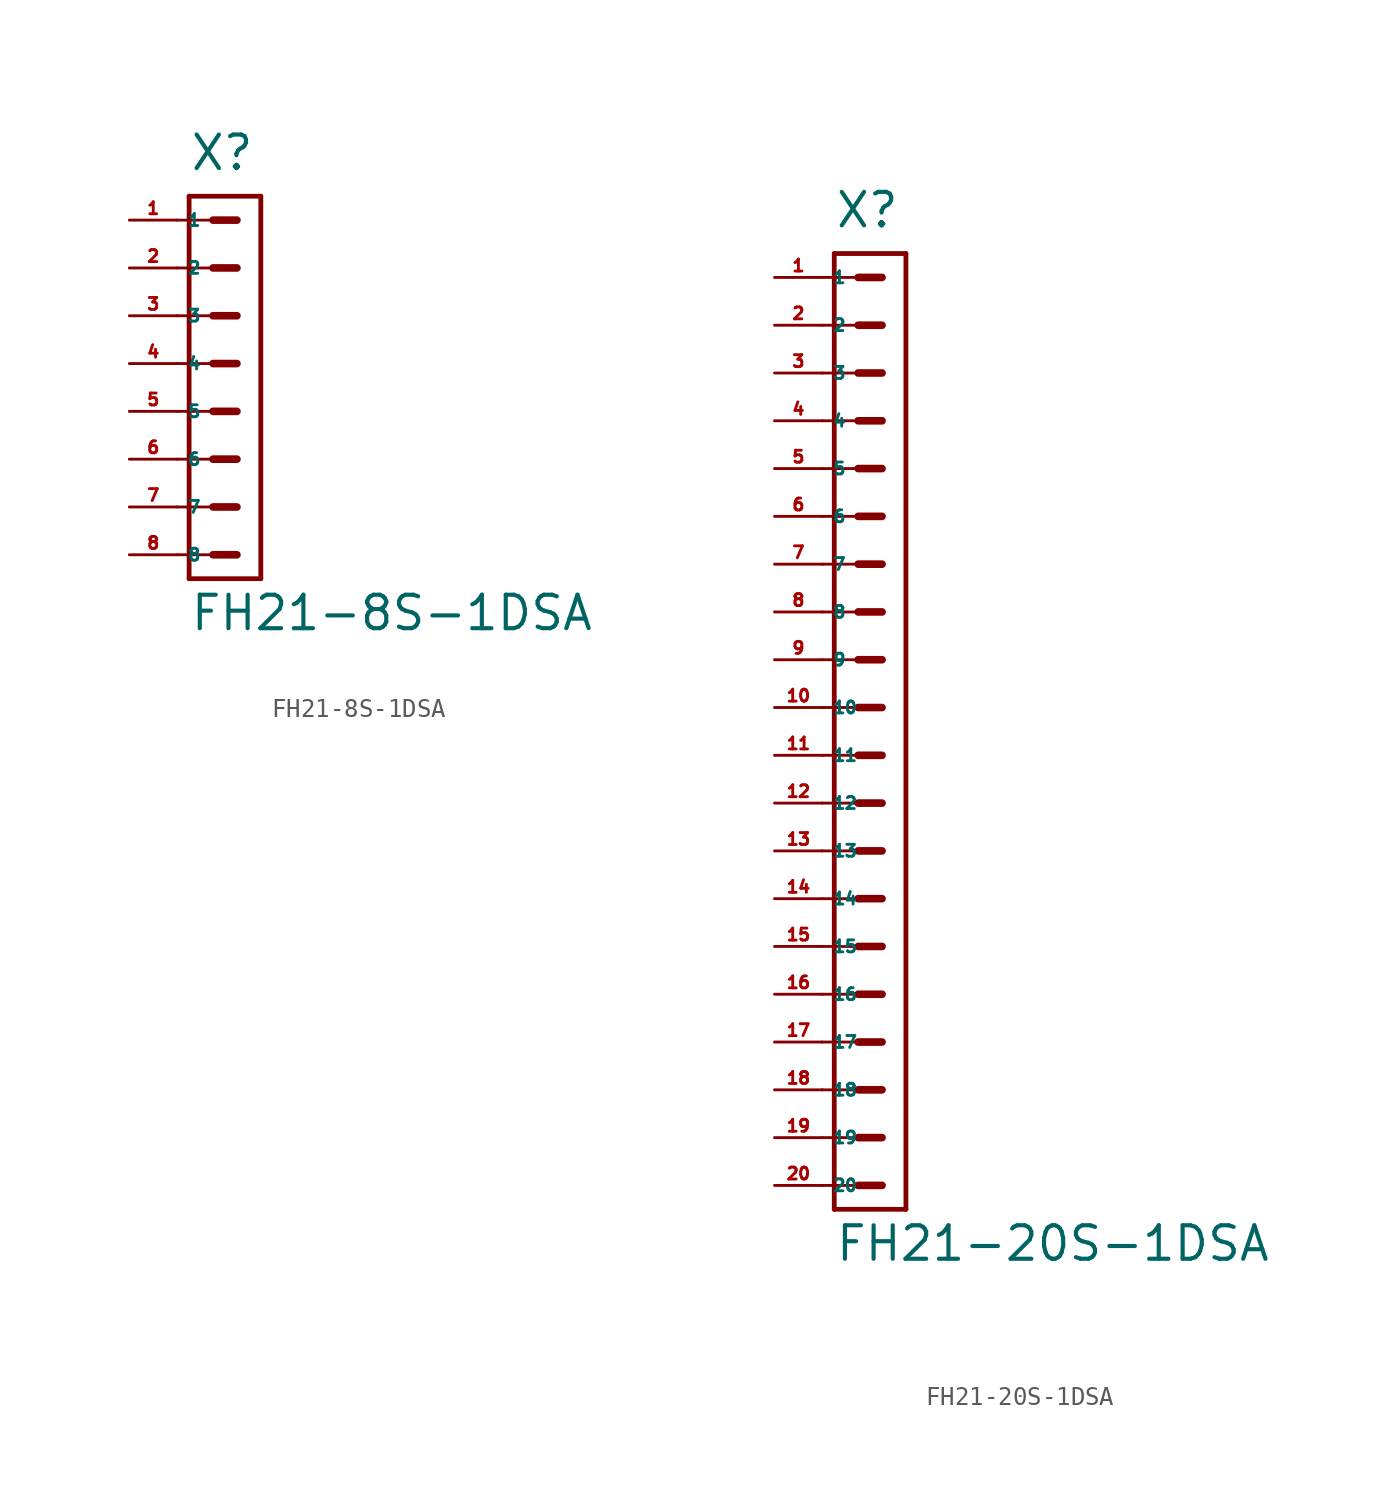
<source format=kicad_sym>
(kicad_symbol_lib
  (version 20220914)
  (generator Eagle2Kicad)
  (symbol "FH21-8S-1DSA"
    (property "Reference" "X"
      (at -1.905 12.7 0)
      (effects (font (size 1.778 1.778) (thickness 0.22)) (justify left bottom)))
    (property "Value" "FH21-8S-1DSA"
      (at -1.905 -11.748 0)
      (effects (font (size 1.778 1.778) (thickness 0.22)) (justify left bottom)))
    (polyline
      (pts (xy 1.905 11.43) (xy -1.905 11.43))
      (stroke (width 0.254) (type default))
      (fill (type none)))
    (polyline
      (pts (xy -1.905 -8.89) (xy -1.905 11.43))
      (stroke (width 0.254) (type default))
      (fill (type none)))
    (polyline
      (pts (xy -1.905 -8.89) (xy 1.905 -8.89))
      (stroke (width 0.254) (type default))
      (fill (type none)))
    (polyline
      (pts (xy 1.905 11.43) (xy 1.905 -8.89))
      (stroke (width 0.254) (type default))
      (fill (type none)))
    (polyline
      (pts (xy -2.54 10.16) (xy -0.635 10.16))
      (stroke (width 0.152) (type default))
      (fill (type none)))
    (polyline
      (pts (xy -2.54 7.62) (xy -0.635 7.62))
      (stroke (width 0.152) (type default))
      (fill (type none)))
    (polyline
      (pts (xy -2.54 5.08) (xy -0.635 5.08))
      (stroke (width 0.152) (type default))
      (fill (type none)))
    (polyline
      (pts (xy -2.54 2.54) (xy -0.635 2.54))
      (stroke (width 0.152) (type default))
      (fill (type none)))
    (polyline
      (pts (xy -2.54 0) (xy -0.635 0))
      (stroke (width 0.152) (type default))
      (fill (type none)))
    (polyline
      (pts (xy -2.54 -2.54) (xy -0.635 -2.54))
      (stroke (width 0.152) (type default))
      (fill (type none)))
    (polyline
      (pts (xy -0.635 10.16) (xy 0.635 10.16))
      (stroke (width 0.406) (type default))
      (fill (type none)))
    (polyline
      (pts (xy -0.635 7.62) (xy 0.635 7.62))
      (stroke (width 0.406) (type default))
      (fill (type none)))
    (polyline
      (pts (xy -0.635 5.08) (xy 0.635 5.08))
      (stroke (width 0.406) (type default))
      (fill (type none)))
    (polyline
      (pts (xy -0.635 2.54) (xy 0.635 2.54))
      (stroke (width 0.406) (type default))
      (fill (type none)))
    (polyline
      (pts (xy -0.635 0) (xy 0.635 0))
      (stroke (width 0.406) (type default))
      (fill (type none)))
    (polyline
      (pts (xy -0.635 -2.54) (xy 0.635 -2.54))
      (stroke (width 0.406) (type default))
      (fill (type none)))
    (polyline
      (pts (xy -2.54 -5.08) (xy -0.635 -5.08))
      (stroke (width 0.152) (type default))
      (fill (type none)))
    (polyline
      (pts (xy -2.54 -7.62) (xy -0.635 -7.62))
      (stroke (width 0.152) (type default))
      (fill (type none)))
    (polyline
      (pts (xy -0.635 -5.08) (xy 0.635 -5.08))
      (stroke (width 0.406) (type default))
      (fill (type none)))
    (polyline
      (pts (xy -0.635 -7.62) (xy 0.635 -7.62))
      (stroke (width 0.406) (type default))
      (fill (type none)))
    (pin passive line
      (at -5.08 10.16 0)
      (length 2.54)
      (name "1" (effects (font (size 0.635 0.635) (thickness 0.08)) (justify left bottom)))
      (number "1" (effects (font (size 0.635 0.635) (thickness 0.08)) (justify left bottom))))
    (pin passive line
      (at -5.08 7.62 0)
      (length 2.54)
      (name "2" (effects (font (size 0.635 0.635) (thickness 0.08)) (justify left bottom)))
      (number "2" (effects (font (size 0.635 0.635) (thickness 0.08)) (justify left bottom))))
    (pin passive line
      (at -5.08 5.08 0)
      (length 2.54)
      (name "3" (effects (font (size 0.635 0.635) (thickness 0.08)) (justify left bottom)))
      (number "3" (effects (font (size 0.635 0.635) (thickness 0.08)) (justify left bottom))))
    (pin passive line
      (at -5.08 2.54 0)
      (length 2.54)
      (name "4" (effects (font (size 0.635 0.635) (thickness 0.08)) (justify left bottom)))
      (number "4" (effects (font (size 0.635 0.635) (thickness 0.08)) (justify left bottom))))
    (pin passive line
      (at -5.08 0 0)
      (length 2.54)
      (name "5" (effects (font (size 0.635 0.635) (thickness 0.08)) (justify left bottom)))
      (number "5" (effects (font (size 0.635 0.635) (thickness 0.08)) (justify left bottom))))
    (pin passive line
      (at -5.08 -2.54 0)
      (length 2.54)
      (name "6" (effects (font (size 0.635 0.635) (thickness 0.08)) (justify left bottom)))
      (number "6" (effects (font (size 0.635 0.635) (thickness 0.08)) (justify left bottom))))
    (pin passive line
      (at -5.08 -5.08 0)
      (length 2.54)
      (name "7" (effects (font (size 0.635 0.635) (thickness 0.08)) (justify left bottom)))
      (number "7" (effects (font (size 0.635 0.635) (thickness 0.08)) (justify left bottom))))
    (pin passive line
      (at -5.08 -7.62 0)
      (length 2.54)
      (name "8" (effects (font (size 0.635 0.635) (thickness 0.08)) (justify left bottom)))
      (number "8" (effects (font (size 0.635 0.635) (thickness 0.08)) (justify left bottom)))))
  (symbol "FH21-20S-1DSA"
    (property "Reference" "X"
      (at -1.905 25.4 0)
      (effects (font (size 1.778 1.778) (thickness 0.22)) (justify left bottom)))
    (property "Value" "FH21-20S-1DSA"
      (at -1.905 -29.527 0)
      (effects (font (size 1.778 1.778) (thickness 0.22)) (justify left bottom)))
    (polyline
      (pts (xy 1.905 24.13) (xy -1.905 24.13))
      (stroke (width 0.254) (type default))
      (fill (type none)))
    (polyline
      (pts (xy -1.905 -26.67) (xy -1.905 24.13))
      (stroke (width 0.254) (type default))
      (fill (type none)))
    (polyline
      (pts (xy -1.905 -26.67) (xy 1.905 -26.67))
      (stroke (width 0.254) (type default))
      (fill (type none)))
    (polyline
      (pts (xy 1.905 24.13) (xy 1.905 -26.67))
      (stroke (width 0.254) (type default))
      (fill (type none)))
    (polyline
      (pts (xy -2.54 22.86) (xy -0.635 22.86))
      (stroke (width 0.152) (type default))
      (fill (type none)))
    (polyline
      (pts (xy -2.54 20.32) (xy -0.635 20.32))
      (stroke (width 0.152) (type default))
      (fill (type none)))
    (polyline
      (pts (xy -2.54 17.78) (xy -0.635 17.78))
      (stroke (width 0.152) (type default))
      (fill (type none)))
    (polyline
      (pts (xy -2.54 15.24) (xy -0.635 15.24))
      (stroke (width 0.152) (type default))
      (fill (type none)))
    (polyline
      (pts (xy -2.54 12.7) (xy -0.635 12.7))
      (stroke (width 0.152) (type default))
      (fill (type none)))
    (polyline
      (pts (xy -2.54 10.16) (xy -0.635 10.16))
      (stroke (width 0.152) (type default))
      (fill (type none)))
    (polyline
      (pts (xy -0.635 22.86) (xy 0.635 22.86))
      (stroke (width 0.406) (type default))
      (fill (type none)))
    (polyline
      (pts (xy -0.635 20.32) (xy 0.635 20.32))
      (stroke (width 0.406) (type default))
      (fill (type none)))
    (polyline
      (pts (xy -0.635 17.78) (xy 0.635 17.78))
      (stroke (width 0.406) (type default))
      (fill (type none)))
    (polyline
      (pts (xy -0.635 15.24) (xy 0.635 15.24))
      (stroke (width 0.406) (type default))
      (fill (type none)))
    (polyline
      (pts (xy -0.635 12.7) (xy 0.635 12.7))
      (stroke (width 0.406) (type default))
      (fill (type none)))
    (polyline
      (pts (xy -0.635 10.16) (xy 0.635 10.16))
      (stroke (width 0.406) (type default))
      (fill (type none)))
    (polyline
      (pts (xy -2.54 7.62) (xy -0.635 7.62))
      (stroke (width 0.152) (type default))
      (fill (type none)))
    (polyline
      (pts (xy -2.54 5.08) (xy -0.635 5.08))
      (stroke (width 0.152) (type default))
      (fill (type none)))
    (polyline
      (pts (xy -0.635 7.62) (xy 0.635 7.62))
      (stroke (width 0.406) (type default))
      (fill (type none)))
    (polyline
      (pts (xy -0.635 5.08) (xy 0.635 5.08))
      (stroke (width 0.406) (type default))
      (fill (type none)))
    (polyline
      (pts (xy -2.54 2.54) (xy -0.635 2.54))
      (stroke (width 0.152) (type default))
      (fill (type none)))
    (polyline
      (pts (xy -2.54 0) (xy -0.635 0))
      (stroke (width 0.152) (type default))
      (fill (type none)))
    (polyline
      (pts (xy -0.635 2.54) (xy 0.635 2.54))
      (stroke (width 0.406) (type default))
      (fill (type none)))
    (polyline
      (pts (xy -0.635 0) (xy 0.635 0))
      (stroke (width 0.406) (type default))
      (fill (type none)))
    (polyline
      (pts (xy -2.54 -2.54) (xy -0.635 -2.54))
      (stroke (width 0.152) (type default))
      (fill (type none)))
    (polyline
      (pts (xy -2.54 -5.08) (xy -0.635 -5.08))
      (stroke (width 0.152) (type default))
      (fill (type none)))
    (polyline
      (pts (xy -0.635 -2.54) (xy 0.635 -2.54))
      (stroke (width 0.406) (type default))
      (fill (type none)))
    (polyline
      (pts (xy -0.635 -5.08) (xy 0.635 -5.08))
      (stroke (width 0.406) (type default))
      (fill (type none)))
    (polyline
      (pts (xy -2.54 -7.62) (xy -0.635 -7.62))
      (stroke (width 0.152) (type default))
      (fill (type none)))
    (polyline
      (pts (xy -2.54 -10.16) (xy -0.635 -10.16))
      (stroke (width 0.152) (type default))
      (fill (type none)))
    (polyline
      (pts (xy -0.635 -7.62) (xy 0.635 -7.62))
      (stroke (width 0.406) (type default))
      (fill (type none)))
    (polyline
      (pts (xy -0.635 -10.16) (xy 0.635 -10.16))
      (stroke (width 0.406) (type default))
      (fill (type none)))
    (polyline
      (pts (xy -2.54 -12.7) (xy -0.635 -12.7))
      (stroke (width 0.152) (type default))
      (fill (type none)))
    (polyline
      (pts (xy -2.54 -15.24) (xy -0.635 -15.24))
      (stroke (width 0.152) (type default))
      (fill (type none)))
    (polyline
      (pts (xy -0.635 -12.7) (xy 0.635 -12.7))
      (stroke (width 0.406) (type default))
      (fill (type none)))
    (polyline
      (pts (xy -0.635 -15.24) (xy 0.635 -15.24))
      (stroke (width 0.406) (type default))
      (fill (type none)))
    (polyline
      (pts (xy -2.54 -17.78) (xy -0.635 -17.78))
      (stroke (width 0.152) (type default))
      (fill (type none)))
    (polyline
      (pts (xy -2.54 -20.32) (xy -0.635 -20.32))
      (stroke (width 0.152) (type default))
      (fill (type none)))
    (polyline
      (pts (xy -0.635 -17.78) (xy 0.635 -17.78))
      (stroke (width 0.406) (type default))
      (fill (type none)))
    (polyline
      (pts (xy -0.635 -20.32) (xy 0.635 -20.32))
      (stroke (width 0.406) (type default))
      (fill (type none)))
    (polyline
      (pts (xy -2.54 -22.86) (xy -0.635 -22.86))
      (stroke (width 0.152) (type default))
      (fill (type none)))
    (polyline
      (pts (xy -2.54 -25.4) (xy -0.635 -25.4))
      (stroke (width 0.152) (type default))
      (fill (type none)))
    (polyline
      (pts (xy -0.635 -22.86) (xy 0.635 -22.86))
      (stroke (width 0.406) (type default))
      (fill (type none)))
    (polyline
      (pts (xy -0.635 -25.4) (xy 0.635 -25.4))
      (stroke (width 0.406) (type default))
      (fill (type none)))
    (pin passive line
      (at -5.08 22.86 0)
      (length 2.54)
      (name "1" (effects (font (size 0.635 0.635) (thickness 0.08)) (justify left bottom)))
      (number "1" (effects (font (size 0.635 0.635) (thickness 0.08)) (justify left bottom))))
    (pin passive line
      (at -5.08 20.32 0)
      (length 2.54)
      (name "2" (effects (font (size 0.635 0.635) (thickness 0.08)) (justify left bottom)))
      (number "2" (effects (font (size 0.635 0.635) (thickness 0.08)) (justify left bottom))))
    (pin passive line
      (at -5.08 17.78 0)
      (length 2.54)
      (name "3" (effects (font (size 0.635 0.635) (thickness 0.08)) (justify left bottom)))
      (number "3" (effects (font (size 0.635 0.635) (thickness 0.08)) (justify left bottom))))
    (pin passive line
      (at -5.08 15.24 0)
      (length 2.54)
      (name "4" (effects (font (size 0.635 0.635) (thickness 0.08)) (justify left bottom)))
      (number "4" (effects (font (size 0.635 0.635) (thickness 0.08)) (justify left bottom))))
    (pin passive line
      (at -5.08 12.7 0)
      (length 2.54)
      (name "5" (effects (font (size 0.635 0.635) (thickness 0.08)) (justify left bottom)))
      (number "5" (effects (font (size 0.635 0.635) (thickness 0.08)) (justify left bottom))))
    (pin passive line
      (at -5.08 10.16 0)
      (length 2.54)
      (name "6" (effects (font (size 0.635 0.635) (thickness 0.08)) (justify left bottom)))
      (number "6" (effects (font (size 0.635 0.635) (thickness 0.08)) (justify left bottom))))
    (pin passive line
      (at -5.08 7.62 0)
      (length 2.54)
      (name "7" (effects (font (size 0.635 0.635) (thickness 0.08)) (justify left bottom)))
      (number "7" (effects (font (size 0.635 0.635) (thickness 0.08)) (justify left bottom))))
    (pin passive line
      (at -5.08 5.08 0)
      (length 2.54)
      (name "8" (effects (font (size 0.635 0.635) (thickness 0.08)) (justify left bottom)))
      (number "8" (effects (font (size 0.635 0.635) (thickness 0.08)) (justify left bottom))))
    (pin passive line
      (at -5.08 2.54 0)
      (length 2.54)
      (name "9" (effects (font (size 0.635 0.635) (thickness 0.08)) (justify left bottom)))
      (number "9" (effects (font (size 0.635 0.635) (thickness 0.08)) (justify left bottom))))
    (pin passive line
      (at -5.08 0 0)
      (length 2.54)
      (name "10" (effects (font (size 0.635 0.635) (thickness 0.08)) (justify left bottom)))
      (number "10" (effects (font (size 0.635 0.635) (thickness 0.08)) (justify left bottom))))
    (pin passive line
      (at -5.08 -2.54 0)
      (length 2.54)
      (name "11" (effects (font (size 0.635 0.635) (thickness 0.08)) (justify left bottom)))
      (number "11" (effects (font (size 0.635 0.635) (thickness 0.08)) (justify left bottom))))
    (pin passive line
      (at -5.08 -5.08 0)
      (length 2.54)
      (name "12" (effects (font (size 0.635 0.635) (thickness 0.08)) (justify left bottom)))
      (number "12" (effects (font (size 0.635 0.635) (thickness 0.08)) (justify left bottom))))
    (pin passive line
      (at -5.08 -7.62 0)
      (length 2.54)
      (name "13" (effects (font (size 0.635 0.635) (thickness 0.08)) (justify left bottom)))
      (number "13" (effects (font (size 0.635 0.635) (thickness 0.08)) (justify left bottom))))
    (pin passive line
      (at -5.08 -10.16 0)
      (length 2.54)
      (name "14" (effects (font (size 0.635 0.635) (thickness 0.08)) (justify left bottom)))
      (number "14" (effects (font (size 0.635 0.635) (thickness 0.08)) (justify left bottom))))
    (pin passive line
      (at -5.08 -12.7 0)
      (length 2.54)
      (name "15" (effects (font (size 0.635 0.635) (thickness 0.08)) (justify left bottom)))
      (number "15" (effects (font (size 0.635 0.635) (thickness 0.08)) (justify left bottom))))
    (pin passive line
      (at -5.08 -15.24 0)
      (length 2.54)
      (name "16" (effects (font (size 0.635 0.635) (thickness 0.08)) (justify left bottom)))
      (number "16" (effects (font (size 0.635 0.635) (thickness 0.08)) (justify left bottom))))
    (pin passive line
      (at -5.08 -17.78 0)
      (length 2.54)
      (name "17" (effects (font (size 0.635 0.635) (thickness 0.08)) (justify left bottom)))
      (number "17" (effects (font (size 0.635 0.635) (thickness 0.08)) (justify left bottom))))
    (pin passive line
      (at -5.08 -20.32 0)
      (length 2.54)
      (name "18" (effects (font (size 0.635 0.635) (thickness 0.08)) (justify left bottom)))
      (number "18" (effects (font (size 0.635 0.635) (thickness 0.08)) (justify left bottom))))
    (pin passive line
      (at -5.08 -22.86 0)
      (length 2.54)
      (name "19" (effects (font (size 0.635 0.635) (thickness 0.08)) (justify left bottom)))
      (number "19" (effects (font (size 0.635 0.635) (thickness 0.08)) (justify left bottom))))
    (pin passive line
      (at -5.08 -25.4 0)
      (length 2.54)
      (name "20" (effects (font (size 0.635 0.635) (thickness 0.08)) (justify left bottom)))
      (number "20" (effects (font (size 0.635 0.635) (thickness 0.08)) (justify left bottom))))))
</source>
